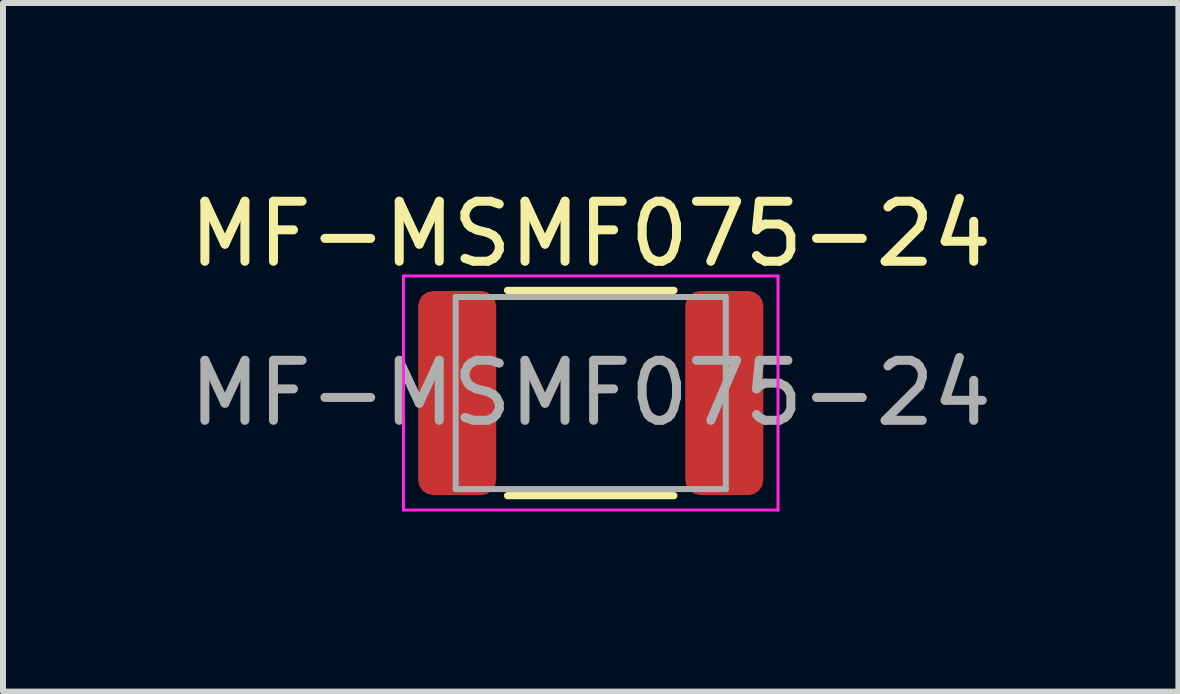
<source format=kicad_pcb>
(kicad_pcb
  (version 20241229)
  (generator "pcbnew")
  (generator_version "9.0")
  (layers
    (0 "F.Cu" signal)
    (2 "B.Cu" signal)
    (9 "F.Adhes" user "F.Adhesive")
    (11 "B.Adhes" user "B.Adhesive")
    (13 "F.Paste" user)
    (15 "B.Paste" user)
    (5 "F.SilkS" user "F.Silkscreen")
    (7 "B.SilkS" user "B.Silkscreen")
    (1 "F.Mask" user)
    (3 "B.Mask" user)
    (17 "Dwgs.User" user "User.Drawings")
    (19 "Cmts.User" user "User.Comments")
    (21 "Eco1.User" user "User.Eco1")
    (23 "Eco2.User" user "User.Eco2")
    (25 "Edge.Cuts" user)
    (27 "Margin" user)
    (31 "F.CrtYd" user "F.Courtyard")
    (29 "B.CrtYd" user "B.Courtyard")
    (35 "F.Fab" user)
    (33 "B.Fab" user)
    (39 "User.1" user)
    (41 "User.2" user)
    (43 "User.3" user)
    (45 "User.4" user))
  (footprint "MF-MSMF075-24"
    (layer "F.Cu")
    (at 6.792 3.498)
    (property "Reference" "MF-MSMF075-24" (at 0 -2.65 0) (layer "F.SilkS") (effects (font (size 1 1) (thickness 0.15))))
    (attr smd)
    (fp_line (start -1.386 -1.71) (end 1.386 -1.71) (stroke (width 0.12) (type solid)) (layer "F.SilkS"))
    (fp_line (start -1.386 1.71) (end 1.386 1.71) (stroke (width 0.12) (type solid)) (layer "F.SilkS"))
    (fp_line (start -3.12 -1.95) (end 3.12 -1.95) (stroke (width 0.05) (type solid)) (layer "F.CrtYd"))
    (fp_line (start -3.12 1.95) (end -3.12 -1.95) (stroke (width 0.05) (type solid)) (layer "F.CrtYd"))
    (fp_line (start 3.12 -1.95) (end 3.12 1.95) (stroke (width 0.05) (type solid)) (layer "F.CrtYd"))
    (fp_line (start 3.12 1.95) (end -3.12 1.95) (stroke (width 0.05) (type solid)) (layer "F.CrtYd"))
    (fp_line (start -2.25 -1.6) (end 2.25 -1.6) (stroke (width 0.1) (type solid)) (layer "F.Fab"))
    (fp_line (start -2.25 1.6) (end -2.25 -1.6) (stroke (width 0.1) (type solid)) (layer "F.Fab"))
    (fp_line (start 2.25 -1.6) (end 2.25 1.6) (stroke (width 0.1) (type solid)) (layer "F.Fab"))
    (fp_line (start 2.25 1.6) (end -2.25 1.6) (stroke (width 0.1) (type solid)) (layer "F.Fab"))
    (fp_text user "${REFERENCE}" (at 0 0 0) (layer "F.Fab") (effects (font (size 1 1) (thickness 0.15))))
    (pad "1" smd roundrect (at -2.225 0) (size 1.3 3.4) (layers "F.Cu" "F.Mask" "F.Paste") (roundrect_rratio 0.192))
    (pad "2" smd roundrect (at 2.225 0) (size 1.3 3.4) (layers "F.Cu" "F.Mask" "F.Paste") (roundrect_rratio 0.192)))
  (gr_rect
    (start -3 -3)
    (end 16.583 8.473)
    (stroke (width 0.1) (type default))
    (fill no)
    (layer "Edge.Cuts")))
</source>
